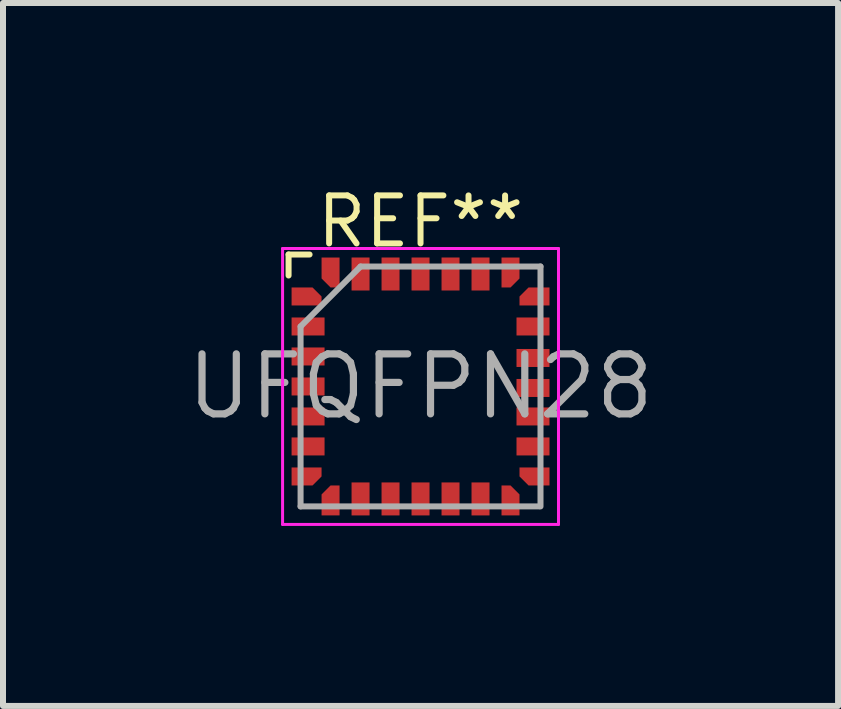
<source format=kicad_pcb>
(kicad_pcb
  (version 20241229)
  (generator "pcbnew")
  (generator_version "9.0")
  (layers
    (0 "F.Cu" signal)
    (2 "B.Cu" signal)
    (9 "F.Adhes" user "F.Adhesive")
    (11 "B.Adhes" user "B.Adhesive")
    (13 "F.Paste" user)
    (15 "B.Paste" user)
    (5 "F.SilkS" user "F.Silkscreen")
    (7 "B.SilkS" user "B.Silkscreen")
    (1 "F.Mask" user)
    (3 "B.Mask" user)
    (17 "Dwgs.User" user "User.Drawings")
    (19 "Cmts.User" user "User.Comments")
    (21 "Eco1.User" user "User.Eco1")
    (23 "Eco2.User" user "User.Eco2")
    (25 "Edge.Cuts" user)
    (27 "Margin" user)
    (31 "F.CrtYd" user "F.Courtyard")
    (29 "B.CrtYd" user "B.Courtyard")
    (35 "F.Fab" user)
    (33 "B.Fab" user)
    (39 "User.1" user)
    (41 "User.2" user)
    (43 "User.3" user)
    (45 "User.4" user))
  (footprint "UFQFPN28"
    (layer "F.Cu")
    (at 3.961 3.393)
    (property "Reference" "UFQFPN28" (at 0 0 0) (layer "F.Fab") (effects (font (size 1 1) (thickness 0.12))))
    (attr smd)
    (fp_line (start -2.2 -2.2) (end -1.85 -2.2) (stroke (width 0.1) (type solid)) (layer "F.SilkS"))
    (fp_line (start -2.2 -1.85) (end -2.2 -2.2) (stroke (width 0.1) (type solid)) (layer "F.SilkS"))
    (fp_line (start -2.3 -2.3) (end 2.3 -2.3) (stroke (width 0.05) (type solid)) (layer "F.CrtYd"))
    (fp_line (start -2.3 2.3) (end -2.3 -2.3) (stroke (width 0.05) (type solid)) (layer "F.CrtYd"))
    (fp_line (start 2.3 -2.3) (end 2.3 2.3) (stroke (width 0.05) (type solid)) (layer "F.CrtYd"))
    (fp_line (start 2.3 2.3) (end -2.3 2.3) (stroke (width 0.05) (type solid)) (layer "F.CrtYd"))
    (fp_line (start -2 2) (end -2 -1) (stroke (width 0.1) (type solid)) (layer "F.Fab"))
    (fp_line (start -1 -2) (end -2 -1) (stroke (width 0.1) (type solid)) (layer "F.Fab"))
    (fp_line (start 1.975 2) (end -2 2) (stroke (width 0.1) (type solid)) (layer "F.Fab"))
    (fp_line (start 2 -2) (end -1 -2) (stroke (width 0.1) (type solid)) (layer "F.Fab"))
    (fp_line (start 2 -2) (end 2 2) (stroke (width 0.1) (type solid)) (layer "F.Fab"))
    (fp_text user "REF**" (at 0 -2.75 0) (layer "F.SilkS") (effects (font (size 0.8 0.8) (thickness 0.1))))
    (pad "1" smd custom (at -1.975 -1.5 270) (size 0.3 0.35) (layers "F.Cu" "F.Mask" "F.Paste") (options (anchor rect)) (primitives (gr_poly (pts (xy -0.15 -0.175) (xy -0.15 0.175) (xy 0.15 0.175) (xy 0.15 -0.325) (xy 0 -0.325)) (width 0) (fill yes))))
    (pad "2" smd rect (at -1.875 -1) (size 0.55 0.3) (layers "F.Cu" "F.Mask" "F.Paste"))
    (pad "3" smd rect (at -1.875 -0.5) (size 0.55 0.3) (layers "F.Cu" "F.Mask" "F.Paste"))
    (pad "4" smd rect (at -1.875 0) (size 0.55 0.3) (layers "F.Cu" "F.Mask" "F.Paste"))
    (pad "5" smd rect (at -1.875 0.5) (size 0.55 0.3) (layers "F.Cu" "F.Mask" "F.Paste"))
    (pad "6" smd rect (at -1.875 1) (size 0.55 0.3) (layers "F.Cu" "F.Mask" "F.Paste"))
    (pad "7" smd custom (at -1.975 1.5 270) (size 0.3 0.35) (layers "F.Cu" "F.Mask" "F.Paste") (options (anchor rect)) (primitives (gr_poly (pts (xy 0.15 -0.175) (xy 0.15 0.175) (xy -0.15 0.175) (xy -0.15 -0.325) (xy 0 -0.325)) (width 0) (fill yes))))
    (pad "8" smd custom (at -1.5 1.975) (size 0.3 0.35) (layers "F.Cu" "F.Mask" "F.Paste") (options (anchor rect)) (primitives (gr_poly (pts (xy -0.15 -0.175) (xy -0.15 0.175) (xy 0.15 0.175) (xy 0.15 -0.325) (xy 0 -0.325)) (width 0) (fill yes))))
    (pad "9" smd rect (at -1 1.875 90) (size 0.55 0.3) (layers "F.Cu" "F.Mask" "F.Paste"))
    (pad "10" smd rect (at -0.5 1.875 90) (size 0.55 0.3) (layers "F.Cu" "F.Mask" "F.Paste"))
    (pad "11" smd rect (at 0 1.875 90) (size 0.55 0.3) (layers "F.Cu" "F.Mask" "F.Paste"))
    (pad "12" smd rect (at 0.5 1.875 90) (size 0.55 0.3) (layers "F.Cu" "F.Mask" "F.Paste"))
    (pad "13" smd rect (at 1 1.875 90) (size 0.55 0.3) (layers "F.Cu" "F.Mask" "F.Paste"))
    (pad "14" smd custom (at 1.5 1.975) (size 0.3 0.35) (layers "F.Cu" "F.Mask" "F.Paste") (options (anchor rect)) (primitives (gr_poly (pts (xy 0.15 -0.175) (xy 0.15 0.175) (xy -0.15 0.175) (xy -0.15 -0.325) (xy 0 -0.325)) (width 0) (fill yes))))
    (pad "15" smd custom (at 1.975 1.5 90) (size 0.3 0.35) (layers "F.Cu" "F.Mask" "F.Paste") (options (anchor rect)) (primitives (gr_poly (pts (xy -0.15 -0.175) (xy -0.15 0.175) (xy 0.15 0.175) (xy 0.15 -0.325) (xy 0 -0.325)) (width 0) (fill yes))))
    (pad "16" smd rect (at 1.875 1 180) (size 0.55 0.3) (layers "F.Cu" "F.Mask" "F.Paste"))
    (pad "17" smd rect (at 1.875 0.5 180) (size 0.55 0.3) (layers "F.Cu" "F.Mask" "F.Paste"))
    (pad "18" smd rect (at 1.875 0.025 180) (size 0.55 0.3) (layers "F.Cu" "F.Mask" "F.Paste"))
    (pad "19" smd rect (at 1.875 -0.475 180) (size 0.55 0.3) (layers "F.Cu" "F.Mask" "F.Paste"))
    (pad "20" smd rect (at 1.875 -1 180) (size 0.55 0.3) (layers "F.Cu" "F.Mask" "F.Paste"))
    (pad "21" smd custom (at 1.975 -1.5 90) (size 0.3 0.35) (layers "F.Cu" "F.Mask" "F.Paste") (options (anchor rect)) (primitives (gr_poly (pts (xy 0.15 -0.175) (xy 0.15 0.175) (xy -0.15 0.175) (xy -0.15 -0.325) (xy 0 -0.325)) (width 0) (fill yes))))
    (pad "22" smd custom (at 1.5 -1.975 180) (size 0.3 0.35) (layers "F.Cu" "F.Mask" "F.Paste") (options (anchor rect)) (primitives (gr_poly (pts (xy -0.15 -0.175) (xy -0.15 0.175) (xy 0.15 0.175) (xy 0.15 -0.325) (xy 0 -0.325)) (width 0) (fill yes))))
    (pad "23" smd rect (at 1 -1.875 270) (size 0.55 0.3) (layers "F.Cu" "F.Mask" "F.Paste"))
    (pad "24" smd rect (at 0.5 -1.875 270) (size 0.55 0.3) (layers "F.Cu" "F.Mask" "F.Paste"))
    (pad "25" smd rect (at 0 -1.875 270) (size 0.55 0.3) (layers "F.Cu" "F.Mask" "F.Paste"))
    (pad "26" smd rect (at -0.5 -1.875 270) (size 0.55 0.3) (layers "F.Cu" "F.Mask" "F.Paste"))
    (pad "27" smd rect (at -1 -1.875 270) (size 0.55 0.3) (layers "F.Cu" "F.Mask" "F.Paste"))
    (pad "28" smd custom (at -1.5 -1.975 180) (size 0.3 0.35) (layers "F.Cu" "F.Mask" "F.Paste") (options (anchor rect)) (primitives (gr_poly (pts (xy 0.15 -0.175) (xy 0.15 0.175) (xy -0.15 0.175) (xy -0.15 -0.325) (xy 0 -0.325)) (width 0) (fill yes)))))
  (gr_rect
    (start -3 -3)
    (end 10.922 8.719)
    (stroke (width 0.1) (type default))
    (fill no)
    (layer "Edge.Cuts")))
</source>
